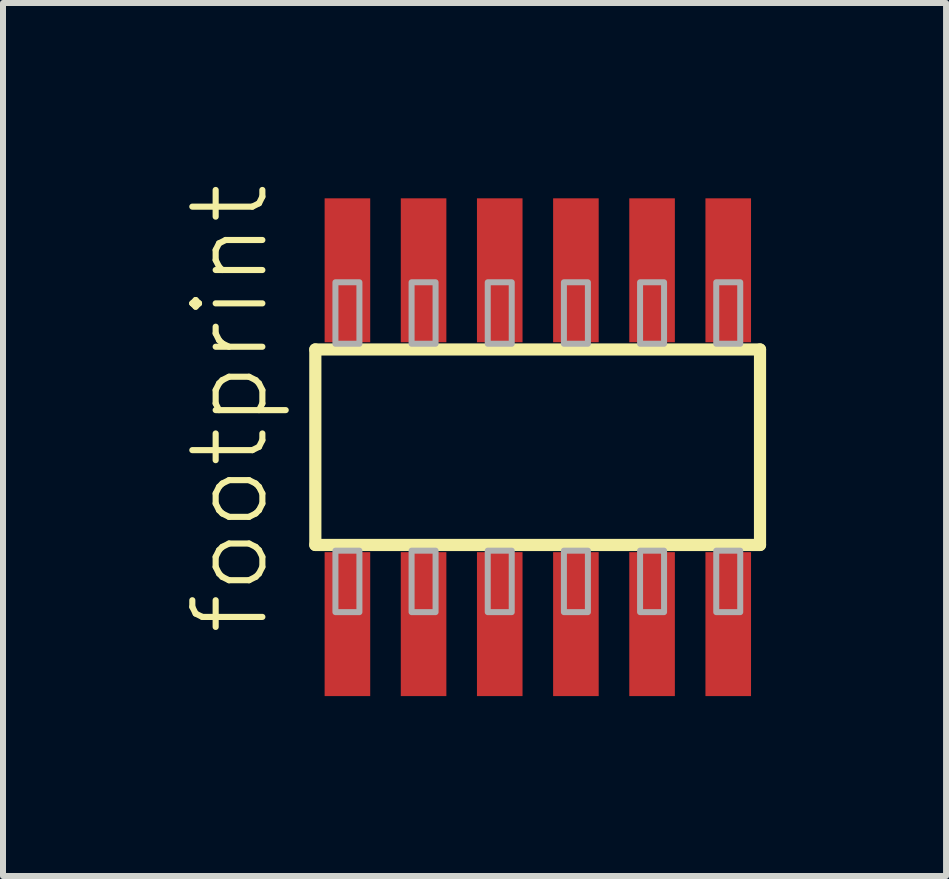
<source format=kicad_pcb>
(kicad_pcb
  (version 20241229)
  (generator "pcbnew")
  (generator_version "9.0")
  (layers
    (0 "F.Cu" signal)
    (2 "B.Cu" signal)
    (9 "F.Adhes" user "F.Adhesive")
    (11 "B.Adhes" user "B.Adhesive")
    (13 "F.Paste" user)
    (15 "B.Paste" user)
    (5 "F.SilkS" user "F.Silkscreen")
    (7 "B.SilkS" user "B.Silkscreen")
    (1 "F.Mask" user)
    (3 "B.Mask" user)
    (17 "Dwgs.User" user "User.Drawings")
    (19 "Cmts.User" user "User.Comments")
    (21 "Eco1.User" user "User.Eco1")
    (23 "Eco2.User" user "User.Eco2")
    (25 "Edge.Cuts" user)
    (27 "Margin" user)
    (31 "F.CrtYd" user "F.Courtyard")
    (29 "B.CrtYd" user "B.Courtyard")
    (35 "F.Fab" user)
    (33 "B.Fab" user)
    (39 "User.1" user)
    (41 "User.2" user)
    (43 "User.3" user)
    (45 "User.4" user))
  (footprint "footprint"
    (layer "F.Cu")
    (at 5.918 4.407)
    (property "Reference" "footprint" (at -4.445 3.175 90) (layer "F.SilkS") (effects (font (size 1.168 1.168) (thickness 0.102)) (justify left bottom)))
    (fp_line (start -3.71 -1.63) (end 3.705 -1.63) (stroke (width 0.203) (type solid)) (layer "F.SilkS"))
    (fp_line (start -3.71 1.63) (end -3.71 -1.63) (stroke (width 0.203) (type solid)) (layer "F.SilkS"))
    (fp_line (start 3.705 -1.63) (end 3.705 1.63) (stroke (width 0.203) (type solid)) (layer "F.SilkS"))
    (fp_line (start 3.705 1.63) (end -3.71 1.63) (stroke (width 0.203) (type solid)) (layer "F.SilkS"))
    (fp_poly (pts (xy -3.375 -1.725) (xy -2.975 -1.725) (xy -2.975 -2.75) (xy -3.375 -2.75)) (stroke (width 0.1) (type solid)) (fill no) (layer "F.Fab"))
    (fp_poly (pts (xy -2.975 1.725) (xy -3.375 1.725) (xy -3.375 2.75) (xy -2.975 2.75)) (stroke (width 0.1) (type solid)) (fill no) (layer "F.Fab"))
    (fp_poly (pts (xy -2.105 -1.725) (xy -1.705 -1.725) (xy -1.705 -2.75) (xy -2.105 -2.75)) (stroke (width 0.1) (type solid)) (fill no) (layer "F.Fab"))
    (fp_poly (pts (xy -1.705 1.725) (xy -2.105 1.725) (xy -2.105 2.75) (xy -1.705 2.75)) (stroke (width 0.1) (type solid)) (fill no) (layer "F.Fab"))
    (fp_poly (pts (xy -0.835 -1.725) (xy -0.435 -1.725) (xy -0.435 -2.75) (xy -0.835 -2.75)) (stroke (width 0.1) (type solid)) (fill no) (layer "F.Fab"))
    (fp_poly (pts (xy -0.435 1.725) (xy -0.835 1.725) (xy -0.835 2.75) (xy -0.435 2.75)) (stroke (width 0.1) (type solid)) (fill no) (layer "F.Fab"))
    (fp_poly (pts (xy 0.435 -1.725) (xy 0.835 -1.725) (xy 0.835 -2.75) (xy 0.435 -2.75)) (stroke (width 0.1) (type solid)) (fill no) (layer "F.Fab"))
    (fp_poly (pts (xy 0.835 1.725) (xy 0.435 1.725) (xy 0.435 2.75) (xy 0.835 2.75)) (stroke (width 0.1) (type solid)) (fill no) (layer "F.Fab"))
    (fp_poly (pts (xy 1.705 -1.725) (xy 2.105 -1.725) (xy 2.105 -2.75) (xy 1.705 -2.75)) (stroke (width 0.1) (type solid)) (fill no) (layer "F.Fab"))
    (fp_poly (pts (xy 2.105 1.725) (xy 1.705 1.725) (xy 1.705 2.75) (xy 2.105 2.75)) (stroke (width 0.1) (type solid)) (fill no) (layer "F.Fab"))
    (fp_poly (pts (xy 2.975 -1.725) (xy 3.375 -1.725) (xy 3.375 -2.75) (xy 2.975 -2.75)) (stroke (width 0.1) (type solid)) (fill no) (layer "F.Fab"))
    (fp_poly (pts (xy 3.375 1.725) (xy 2.975 1.725) (xy 2.975 2.75) (xy 3.375 2.75)) (stroke (width 0.1) (type solid)) (fill no) (layer "F.Fab"))
    (pad "1" smd rect (at -3.175 2.95) (size 0.76 2.4) (layers "F.Cu" "F.Mask" "F.Paste"))
    (pad "2" smd rect (at -3.175 -2.95) (size 0.76 2.4) (layers "F.Cu" "F.Mask" "F.Paste"))
    (pad "3" smd rect (at -1.905 2.95) (size 0.76 2.4) (layers "F.Cu" "F.Mask" "F.Paste"))
    (pad "4" smd rect (at -1.905 -2.95) (size 0.76 2.4) (layers "F.Cu" "F.Mask" "F.Paste"))
    (pad "5" smd rect (at -0.635 2.95) (size 0.76 2.4) (layers "F.Cu" "F.Mask" "F.Paste"))
    (pad "6" smd rect (at -0.635 -2.95) (size 0.76 2.4) (layers "F.Cu" "F.Mask" "F.Paste"))
    (pad "7" smd rect (at 0.635 2.95) (size 0.76 2.4) (layers "F.Cu" "F.Mask" "F.Paste"))
    (pad "8" smd rect (at 0.635 -2.95) (size 0.76 2.4) (layers "F.Cu" "F.Mask" "F.Paste"))
    (pad "9" smd rect (at 1.905 2.95) (size 0.76 2.4) (layers "F.Cu" "F.Mask" "F.Paste"))
    (pad "10" smd rect (at 1.905 -2.95) (size 0.76 2.4) (layers "F.Cu" "F.Mask" "F.Paste"))
    (pad "11" smd rect (at 3.175 2.95) (size 0.76 2.4) (layers "F.Cu" "F.Mask" "F.Paste"))
    (pad "12" smd rect (at 3.175 -2.95) (size 0.76 2.4) (layers "F.Cu" "F.Mask" "F.Paste")))
  (gr_rect
    (start -3 -3)
    (end 12.725 11.557)
    (stroke (width 0.1) (type default))
    (fill no)
    (layer "Edge.Cuts")))
</source>
